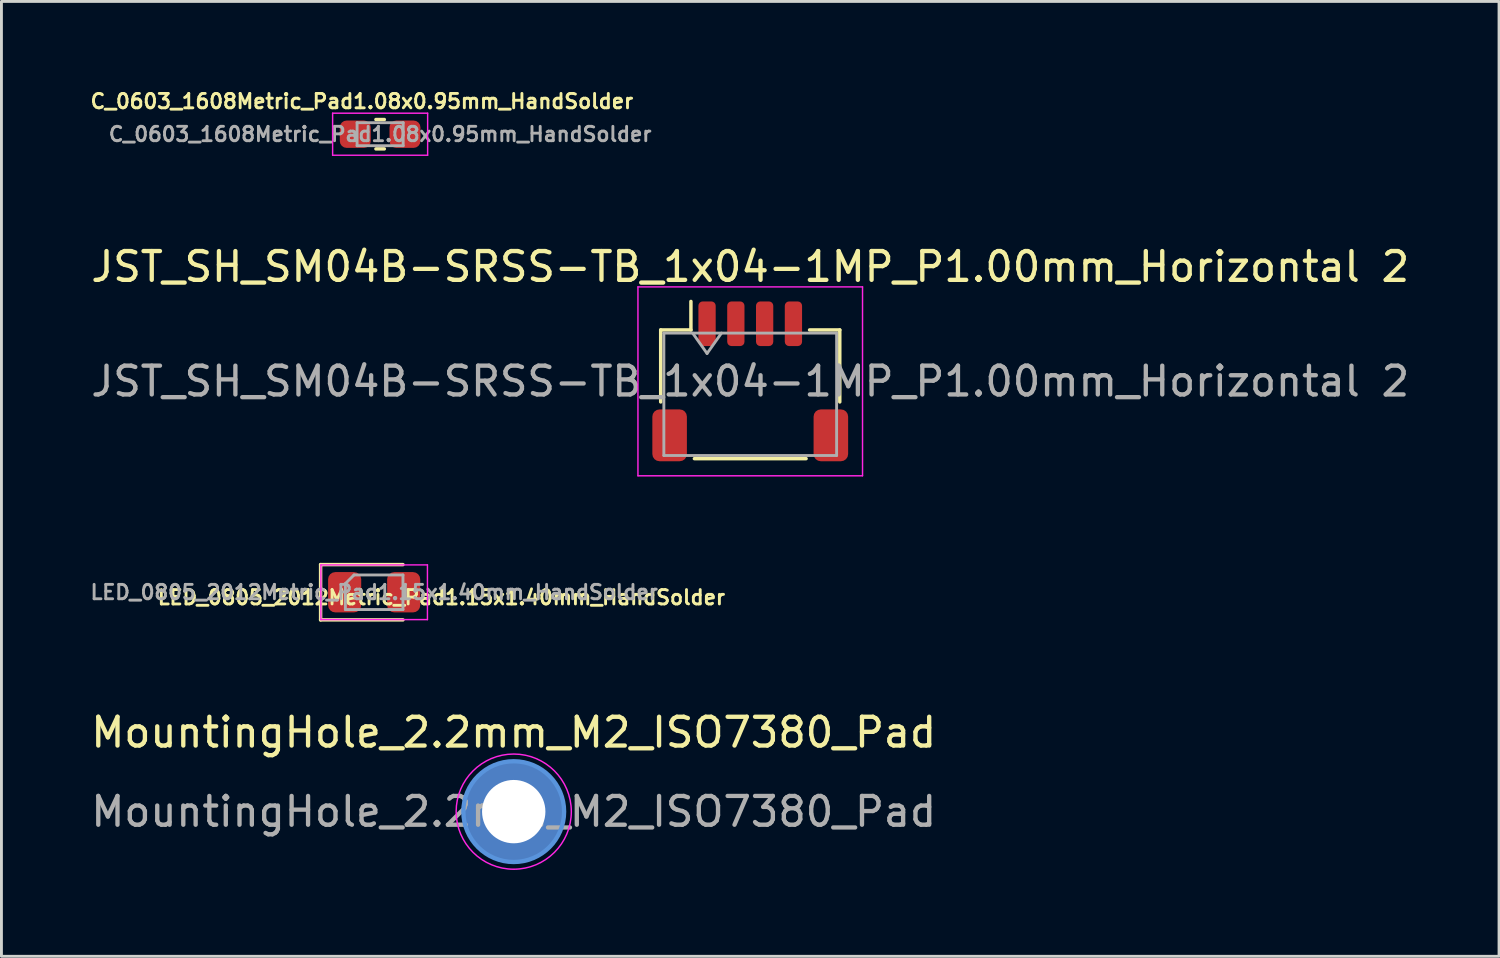
<source format=kicad_pcb>
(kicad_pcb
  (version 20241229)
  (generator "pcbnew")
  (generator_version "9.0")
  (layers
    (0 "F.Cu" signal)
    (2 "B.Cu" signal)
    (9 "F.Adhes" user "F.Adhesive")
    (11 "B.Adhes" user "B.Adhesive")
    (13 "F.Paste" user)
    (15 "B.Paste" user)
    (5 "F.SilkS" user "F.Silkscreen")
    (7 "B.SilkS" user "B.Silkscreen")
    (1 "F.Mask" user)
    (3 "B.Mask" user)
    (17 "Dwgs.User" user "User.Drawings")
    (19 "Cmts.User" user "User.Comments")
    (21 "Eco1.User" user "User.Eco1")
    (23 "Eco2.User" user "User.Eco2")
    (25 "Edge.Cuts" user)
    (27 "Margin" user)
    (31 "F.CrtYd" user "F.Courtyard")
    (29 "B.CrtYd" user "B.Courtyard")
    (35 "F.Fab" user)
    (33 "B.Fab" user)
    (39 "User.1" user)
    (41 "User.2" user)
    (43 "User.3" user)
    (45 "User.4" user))
  (footprint "JST_SH_SM04B-SRSS-TB_1x04-1MP_P1.00mm_Horizontal 2"
    (layer "F.Cu")
    (at 23.006 10.194)
    (property "Reference" "JST_SH_SM04B-SRSS-TB_1x04-1MP_P1.00mm_Horizontal 2" (at 0 -3.98 0) (layer "F.SilkS") (effects (font (size 1 1) (thickness 0.15))))
    (attr smd)
    (fp_line (start -3.11 -1.785) (end -2.06 -1.785) (stroke (width 0.12) (type solid)) (layer "F.SilkS"))
    (fp_line (start -3.11 0.715) (end -3.11 -1.785) (stroke (width 0.12) (type solid)) (layer "F.SilkS"))
    (fp_line (start -2.06 -1.785) (end -2.06 -2.775) (stroke (width 0.12) (type solid)) (layer "F.SilkS"))
    (fp_line (start -1.94 2.685) (end 1.94 2.685) (stroke (width 0.12) (type solid)) (layer "F.SilkS"))
    (fp_line (start 3.11 -1.785) (end 2.06 -1.785) (stroke (width 0.12) (type solid)) (layer "F.SilkS"))
    (fp_line (start 3.11 0.715) (end 3.11 -1.785) (stroke (width 0.12) (type solid)) (layer "F.SilkS"))
    (fp_line (start -3.9 -3.28) (end -3.9 3.28) (stroke (width 0.05) (type solid)) (layer "F.CrtYd"))
    (fp_line (start -3.9 3.28) (end 3.9 3.28) (stroke (width 0.05) (type solid)) (layer "F.CrtYd"))
    (fp_line (start 3.9 -3.28) (end -3.9 -3.28) (stroke (width 0.05) (type solid)) (layer "F.CrtYd"))
    (fp_line (start 3.9 3.28) (end 3.9 -3.28) (stroke (width 0.05) (type solid)) (layer "F.CrtYd"))
    (fp_line (start -3 -1.675) (end -3 2.575) (stroke (width 0.1) (type solid)) (layer "F.Fab"))
    (fp_line (start -3 -1.675) (end 3 -1.675) (stroke (width 0.1) (type solid)) (layer "F.Fab"))
    (fp_line (start -3 2.575) (end 3 2.575) (stroke (width 0.1) (type solid)) (layer "F.Fab"))
    (fp_line (start -2 -1.675) (end -1.5 -0.968) (stroke (width 0.1) (type solid)) (layer "F.Fab"))
    (fp_line (start -1.5 -0.968) (end -1 -1.675) (stroke (width 0.1) (type solid)) (layer "F.Fab"))
    (fp_line (start 3 -1.675) (end 3 2.575) (stroke (width 0.1) (type solid)) (layer "F.Fab"))
    (fp_text user "${REFERENCE}" (at 0 0 0) (layer "F.Fab") (effects (font (size 1 1) (thickness 0.15))))
    (pad "1" smd roundrect (at -1.5 -2 180) (size 0.6 1.55) (layers "F.Cu" "F.Mask" "F.Paste") (roundrect_rratio 0.25))
    (pad "2" smd roundrect (at -0.5 -2 180) (size 0.6 1.55) (layers "F.Cu" "F.Mask" "F.Paste") (roundrect_rratio 0.25))
    (pad "3" smd roundrect (at 0.5 -2 180) (size 0.6 1.55) (layers "F.Cu" "F.Mask" "F.Paste") (roundrect_rratio 0.25))
    (pad "4" smd roundrect (at 1.5 -2 180) (size 0.6 1.55) (layers "F.Cu" "F.Mask" "F.Paste") (roundrect_rratio 0.25))
    (pad "MP" smd roundrect (at -2.8 1.875 180) (size 1.2 1.8) (layers "F.Cu" "F.Mask" "F.Paste") (roundrect_rratio 0.208))
    (pad "MP" smd roundrect (at 2.8 1.875 180) (size 1.2 1.8) (layers "F.Cu" "F.Mask" "F.Paste") (roundrect_rratio 0.208)))
  (footprint "C_0603_1608Metric_Pad1.08x0.95mm_HandSolder"
    (layer "F.Cu")
    (at 10.152 1.611)
    (property "Reference" "C_0603_1608Metric_Pad1.08x0.95mm_HandSolder" (at -0.635 -1.143 0) (layer "F.SilkS") (effects (font (size 0.5 0.5) (thickness 0.1))))
    (attr smd)
    (fp_line (start -0.146 -0.51) (end 0.146 -0.51) (stroke (width 0.12) (type solid)) (layer "F.SilkS"))
    (fp_line (start -0.146 0.51) (end 0.146 0.51) (stroke (width 0.12) (type solid)) (layer "F.SilkS"))
    (fp_line (start -1.65 -0.73) (end 1.65 -0.73) (stroke (width 0.05) (type solid)) (layer "F.CrtYd"))
    (fp_line (start -1.65 0.73) (end -1.65 -0.73) (stroke (width 0.05) (type solid)) (layer "F.CrtYd"))
    (fp_line (start 1.65 -0.73) (end 1.65 0.73) (stroke (width 0.05) (type solid)) (layer "F.CrtYd"))
    (fp_line (start 1.65 0.73) (end -1.65 0.73) (stroke (width 0.05) (type solid)) (layer "F.CrtYd"))
    (fp_line (start -0.8 -0.4) (end 0.8 -0.4) (stroke (width 0.1) (type solid)) (layer "F.Fab"))
    (fp_line (start -0.8 0.4) (end -0.8 -0.4) (stroke (width 0.1) (type solid)) (layer "F.Fab"))
    (fp_line (start 0.8 -0.4) (end 0.8 0.4) (stroke (width 0.1) (type solid)) (layer "F.Fab"))
    (fp_line (start 0.8 0.4) (end -0.8 0.4) (stroke (width 0.1) (type solid)) (layer "F.Fab"))
    (fp_text user "${REFERENCE}" (at 0 0 0) (layer "F.Fab") (effects (font (size 0.5 0.5) (thickness 0.1))))
    (pad "1" smd roundrect (at -0.863 0) (size 1.075 0.95) (layers "F.Cu" "F.Mask" "F.Paste") (roundrect_rratio 0.25))
    (pad "2" smd roundrect (at 0.863 0) (size 1.075 0.95) (layers "F.Cu" "F.Mask" "F.Paste") (roundrect_rratio 0.25)))
  (footprint "LED_0805_2012Metric_Pad1.15x1.40mm_HandSolder"
    (layer "F.Cu")
    (at 9.945 17.519)
    (property "Reference" "LED_0805_2012Metric_Pad1.15x1.40mm_HandSolder" (at 2.335 0.18 180) (layer "F.SilkS") (effects (font (size 0.5 0.5) (thickness 0.1))))
    (attr smd)
    (fp_line (start -1.86 -0.96) (end -1.86 0.96) (stroke (width 0.12) (type solid)) (layer "F.SilkS"))
    (fp_line (start -1.86 0.96) (end 1 0.96) (stroke (width 0.12) (type solid)) (layer "F.SilkS"))
    (fp_line (start 1 -0.96) (end -1.86 -0.96) (stroke (width 0.12) (type solid)) (layer "F.SilkS"))
    (fp_line (start -1.85 -0.95) (end 1.85 -0.95) (stroke (width 0.05) (type solid)) (layer "F.CrtYd"))
    (fp_line (start -1.85 0.95) (end -1.85 -0.95) (stroke (width 0.05) (type solid)) (layer "F.CrtYd"))
    (fp_line (start 1.85 -0.95) (end 1.85 0.95) (stroke (width 0.05) (type solid)) (layer "F.CrtYd"))
    (fp_line (start 1.85 0.95) (end -1.85 0.95) (stroke (width 0.05) (type solid)) (layer "F.CrtYd"))
    (fp_line (start -1 -0.3) (end -1 0.6) (stroke (width 0.1) (type solid)) (layer "F.Fab"))
    (fp_line (start -1 0.6) (end 1 0.6) (stroke (width 0.1) (type solid)) (layer "F.Fab"))
    (fp_line (start -0.7 -0.6) (end -1 -0.3) (stroke (width 0.1) (type solid)) (layer "F.Fab"))
    (fp_line (start 1 -0.6) (end -0.7 -0.6) (stroke (width 0.1) (type solid)) (layer "F.Fab"))
    (fp_line (start 1 0.6) (end 1 -0.6) (stroke (width 0.1) (type solid)) (layer "F.Fab"))
    (fp_text user "${REFERENCE}" (at 0 0 0) (layer "F.Fab") (effects (font (size 0.5 0.5) (thickness 0.1))))
    (pad "1" smd roundrect (at -1.025 0) (size 1.15 1.4) (layers "F.Cu" "F.Mask" "F.Paste") (roundrect_rratio 0.217))
    (pad "2" smd roundrect (at 1.025 0) (size 1.15 1.4) (layers "F.Cu" "F.Mask" "F.Paste") (roundrect_rratio 0.217)))
  (footprint "MountingHole_2.2mm_M2_ISO7380_Pad"
    (layer "F.Cu")
    (at 14.792 25.138)
    (property "Reference" "MountingHole_2.2mm_M2_ISO7380_Pad" (at 0 -2.75 0) (layer "F.SilkS") (effects (font (size 1 1) (thickness 0.15))))
    (attr exclude_from_pos_files)
    (fp_circle (center 0 0) (end 1.75 0) (stroke (width 0.15) (type solid)) (fill no) (layer "Cmts.User"))
    (fp_circle (center 0 0) (end 2 0) (stroke (width 0.05) (type solid)) (fill no) (layer "F.CrtYd"))
    (fp_text user "${REFERENCE}" (at 0 0 0) (layer "F.Fab") (effects (font (size 1 1) (thickness 0.15))))
    (pad "1" thru_hole circle (at 0 0) (size 3.5 3.5) (drill 2.2) (layers "*.Cu" "*.Mask")))
  (gr_rect
    (start -3 -3)
    (end 49.012 30.163)
    (stroke (width 0.1) (type default))
    (fill no)
    (layer "Edge.Cuts")))
</source>
